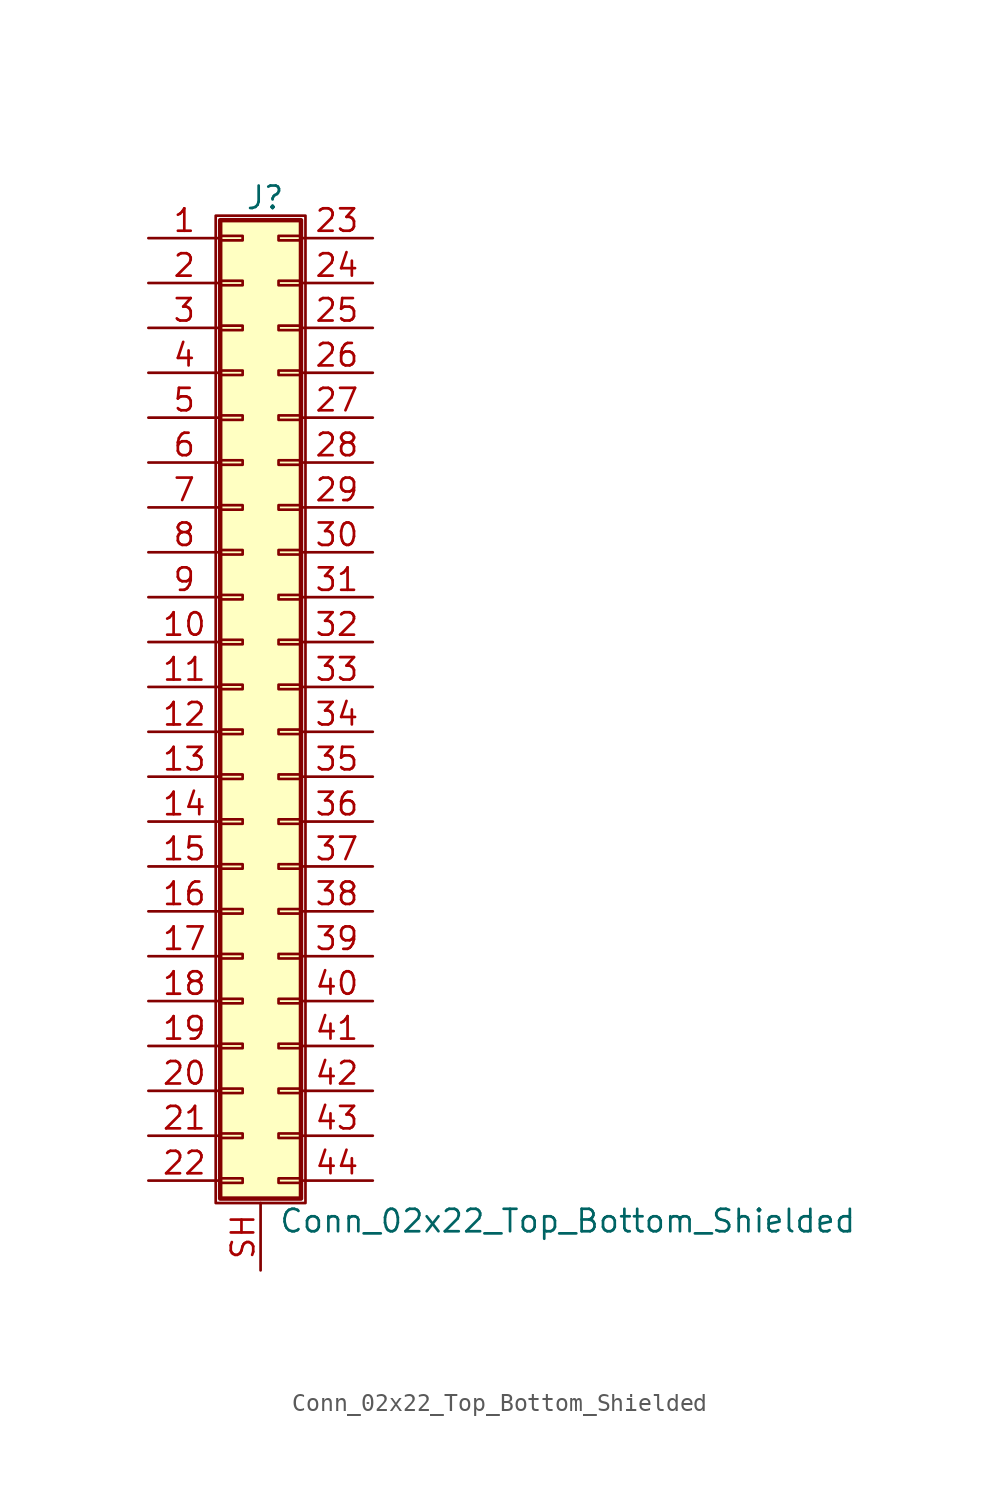
<source format=kicad_sym>
(kicad_symbol_lib
  (version 20220914)
  (generator kicad_symbol_editor)
  (symbol "Conn_02x22_Top_Bottom_Shielded"
    (pin_names
      (offset 1.016) hide)
    (property "Reference" "J"
      (at 1.524 27.686 0)
      (effects (font (size 1.27 1.27))))
    (property "Value" "Conn_02x22_Top_Bottom_Shielded"
      (at 2.286 -30.226 0)
      (effects (font (size 1.27 1.27)) (justify left)))
    (symbol "Conn_02x22_Top_Bottom_Shielded_1_1"
      (rectangle (start -1.27 26.67) (end 3.81 -29.21) (stroke (width 0.152) (type default)) (fill (type none)))
      (rectangle (start -1.016 -27.813) (end 0.254 -28.067) (stroke (width 0.152) (type default)) (fill (type none)))
      (rectangle (start -1.016 -25.273) (end 0.254 -25.527) (stroke (width 0.152) (type default)) (fill (type none)))
      (rectangle (start -1.016 -22.733) (end 0.254 -22.987) (stroke (width 0.152) (type default)) (fill (type none)))
      (rectangle (start -1.016 -20.193) (end 0.254 -20.447) (stroke (width 0.152) (type default)) (fill (type none)))
      (rectangle (start -1.016 -17.653) (end 0.254 -17.907) (stroke (width 0.152) (type default)) (fill (type none)))
      (rectangle (start -1.016 -15.113) (end 0.254 -15.367) (stroke (width 0.152) (type default)) (fill (type none)))
      (rectangle (start -1.016 -12.573) (end 0.254 -12.827) (stroke (width 0.152) (type default)) (fill (type none)))
      (rectangle (start -1.016 -10.033) (end 0.254 -10.287) (stroke (width 0.152) (type default)) (fill (type none)))
      (rectangle (start -1.016 -7.493) (end 0.254 -7.747) (stroke (width 0.152) (type default)) (fill (type none)))
      (rectangle (start -1.016 -4.953) (end 0.254 -5.207) (stroke (width 0.152) (type default)) (fill (type none)))
      (rectangle (start -1.016 -2.413) (end 0.254 -2.667) (stroke (width 0.152) (type default)) (fill (type none)))
      (rectangle (start -1.016 0.127) (end 0.254 -0.127) (stroke (width 0.152) (type default)) (fill (type none)))
      (rectangle (start -1.016 2.667) (end 0.254 2.413) (stroke (width 0.152) (type default)) (fill (type none)))
      (rectangle (start -1.016 5.207) (end 0.254 4.953) (stroke (width 0.152) (type default)) (fill (type none)))
      (rectangle (start -1.016 7.747) (end 0.254 7.493) (stroke (width 0.152) (type default)) (fill (type none)))
      (rectangle (start -1.016 10.287) (end 0.254 10.033) (stroke (width 0.152) (type default)) (fill (type none)))
      (rectangle (start -1.016 12.827) (end 0.254 12.573) (stroke (width 0.152) (type default)) (fill (type none)))
      (rectangle (start -1.016 15.367) (end 0.254 15.113) (stroke (width 0.152) (type default)) (fill (type none)))
      (rectangle (start -1.016 17.907) (end 0.254 17.653) (stroke (width 0.152) (type default)) (fill (type none)))
      (rectangle (start -1.016 20.447) (end 0.254 20.193) (stroke (width 0.152) (type default)) (fill (type none)))
      (rectangle (start -1.016 22.987) (end 0.254 22.733) (stroke (width 0.152) (type default)) (fill (type none)))
      (rectangle (start -1.016 25.527) (end 0.254 25.273) (stroke (width 0.152) (type default)) (fill (type none)))
      (rectangle (start -1.016 26.416) (end 3.556 -28.956) (stroke (width 0.254) (type default)) (fill (type background)))
      (rectangle (start 3.556 -27.813) (end 2.286 -28.067) (stroke (width 0.152) (type default)) (fill (type none)))
      (rectangle (start 3.556 -25.273) (end 2.286 -25.527) (stroke (width 0.152) (type default)) (fill (type none)))
      (rectangle (start 3.556 -22.733) (end 2.286 -22.987) (stroke (width 0.152) (type default)) (fill (type none)))
      (rectangle (start 3.556 -20.193) (end 2.286 -20.447) (stroke (width 0.152) (type default)) (fill (type none)))
      (rectangle (start 3.556 -17.653) (end 2.286 -17.907) (stroke (width 0.152) (type default)) (fill (type none)))
      (rectangle (start 3.556 -15.113) (end 2.286 -15.367) (stroke (width 0.152) (type default)) (fill (type none)))
      (rectangle (start 3.556 -12.573) (end 2.286 -12.827) (stroke (width 0.152) (type default)) (fill (type none)))
      (rectangle (start 3.556 -10.033) (end 2.286 -10.287) (stroke (width 0.152) (type default)) (fill (type none)))
      (rectangle (start 3.556 -7.493) (end 2.286 -7.747) (stroke (width 0.152) (type default)) (fill (type none)))
      (rectangle (start 3.556 -4.953) (end 2.286 -5.207) (stroke (width 0.152) (type default)) (fill (type none)))
      (rectangle (start 3.556 -2.413) (end 2.286 -2.667) (stroke (width 0.152) (type default)) (fill (type none)))
      (rectangle (start 3.556 0.127) (end 2.286 -0.127) (stroke (width 0.152) (type default)) (fill (type none)))
      (rectangle (start 3.556 2.667) (end 2.286 2.413) (stroke (width 0.152) (type default)) (fill (type none)))
      (rectangle (start 3.556 5.207) (end 2.286 4.953) (stroke (width 0.152) (type default)) (fill (type none)))
      (rectangle (start 3.556 7.747) (end 2.286 7.493) (stroke (width 0.152) (type default)) (fill (type none)))
      (rectangle (start 3.556 10.287) (end 2.286 10.033) (stroke (width 0.152) (type default)) (fill (type none)))
      (rectangle (start 3.556 12.827) (end 2.286 12.573) (stroke (width 0.152) (type default)) (fill (type none)))
      (rectangle (start 3.556 15.367) (end 2.286 15.113) (stroke (width 0.152) (type default)) (fill (type none)))
      (rectangle (start 3.556 17.907) (end 2.286 17.653) (stroke (width 0.152) (type default)) (fill (type none)))
      (rectangle (start 3.556 20.447) (end 2.286 20.193) (stroke (width 0.152) (type default)) (fill (type none)))
      (rectangle (start 3.556 22.987) (end 2.286 22.733) (stroke (width 0.152) (type default)) (fill (type none)))
      (rectangle (start 3.556 25.527) (end 2.286 25.273) (stroke (width 0.152) (type default)) (fill (type none)))
      (pin passive line (at -5.08 25.4 0) (length 4.064) (name "Pin_1" (effects (font (size 1.27 1.27)))) (number "1" (effects (font (size 1.27 1.27)))))
      (pin passive line (at -5.08 2.54 0) (length 4.064) (name "Pin_10" (effects (font (size 1.27 1.27)))) (number "10" (effects (font (size 1.27 1.27)))))
      (pin passive line (at -5.08 0 0) (length 4.064) (name "Pin_11" (effects (font (size 1.27 1.27)))) (number "11" (effects (font (size 1.27 1.27)))))
      (pin passive line (at -5.08 -2.54 0) (length 4.064) (name "Pin_12" (effects (font (size 1.27 1.27)))) (number "12" (effects (font (size 1.27 1.27)))))
      (pin passive line (at -5.08 -5.08 0) (length 4.064) (name "Pin_13" (effects (font (size 1.27 1.27)))) (number "13" (effects (font (size 1.27 1.27)))))
      (pin passive line (at -5.08 -7.62 0) (length 4.064) (name "Pin_14" (effects (font (size 1.27 1.27)))) (number "14" (effects (font (size 1.27 1.27)))))
      (pin passive line (at -5.08 -10.16 0) (length 4.064) (name "Pin_15" (effects (font (size 1.27 1.27)))) (number "15" (effects (font (size 1.27 1.27)))))
      (pin passive line (at -5.08 -12.7 0) (length 4.064) (name "Pin_16" (effects (font (size 1.27 1.27)))) (number "16" (effects (font (size 1.27 1.27)))))
      (pin passive line (at -5.08 -15.24 0) (length 4.064) (name "Pin_17" (effects (font (size 1.27 1.27)))) (number "17" (effects (font (size 1.27 1.27)))))
      (pin passive line (at -5.08 -17.78 0) (length 4.064) (name "Pin_18" (effects (font (size 1.27 1.27)))) (number "18" (effects (font (size 1.27 1.27)))))
      (pin passive line (at -5.08 -20.32 0) (length 4.064) (name "Pin_19" (effects (font (size 1.27 1.27)))) (number "19" (effects (font (size 1.27 1.27)))))
      (pin passive line (at -5.08 22.86 0) (length 4.064) (name "Pin_2" (effects (font (size 1.27 1.27)))) (number "2" (effects (font (size 1.27 1.27)))))
      (pin passive line (at -5.08 -22.86 0) (length 4.064) (name "Pin_20" (effects (font (size 1.27 1.27)))) (number "20" (effects (font (size 1.27 1.27)))))
      (pin passive line (at -5.08 -25.4 0) (length 4.064) (name "Pin_21" (effects (font (size 1.27 1.27)))) (number "21" (effects (font (size 1.27 1.27)))))
      (pin passive line (at -5.08 -27.94 0) (length 4.064) (name "Pin_22" (effects (font (size 1.27 1.27)))) (number "22" (effects (font (size 1.27 1.27)))))
      (pin passive line (at 7.62 25.4 180) (length 4.064) (name "Pin_23" (effects (font (size 1.27 1.27)))) (number "23" (effects (font (size 1.27 1.27)))))
      (pin passive line (at 7.62 22.86 180) (length 4.064) (name "Pin_24" (effects (font (size 1.27 1.27)))) (number "24" (effects (font (size 1.27 1.27)))))
      (pin passive line (at 7.62 20.32 180) (length 4.064) (name "Pin_25" (effects (font (size 1.27 1.27)))) (number "25" (effects (font (size 1.27 1.27)))))
      (pin passive line (at 7.62 17.78 180) (length 4.064) (name "Pin_26" (effects (font (size 1.27 1.27)))) (number "26" (effects (font (size 1.27 1.27)))))
      (pin passive line (at 7.62 15.24 180) (length 4.064) (name "Pin_27" (effects (font (size 1.27 1.27)))) (number "27" (effects (font (size 1.27 1.27)))))
      (pin passive line (at 7.62 12.7 180) (length 4.064) (name "Pin_28" (effects (font (size 1.27 1.27)))) (number "28" (effects (font (size 1.27 1.27)))))
      (pin passive line (at 7.62 10.16 180) (length 4.064) (name "Pin_29" (effects (font (size 1.27 1.27)))) (number "29" (effects (font (size 1.27 1.27)))))
      (pin passive line (at -5.08 20.32 0) (length 4.064) (name "Pin_3" (effects (font (size 1.27 1.27)))) (number "3" (effects (font (size 1.27 1.27)))))
      (pin passive line (at 7.62 7.62 180) (length 4.064) (name "Pin_30" (effects (font (size 1.27 1.27)))) (number "30" (effects (font (size 1.27 1.27)))))
      (pin passive line (at 7.62 5.08 180) (length 4.064) (name "Pin_31" (effects (font (size 1.27 1.27)))) (number "31" (effects (font (size 1.27 1.27)))))
      (pin passive line (at 7.62 2.54 180) (length 4.064) (name "Pin_32" (effects (font (size 1.27 1.27)))) (number "32" (effects (font (size 1.27 1.27)))))
      (pin passive line (at 7.62 0 180) (length 4.064) (name "Pin_33" (effects (font (size 1.27 1.27)))) (number "33" (effects (font (size 1.27 1.27)))))
      (pin passive line (at 7.62 -2.54 180) (length 4.064) (name "Pin_34" (effects (font (size 1.27 1.27)))) (number "34" (effects (font (size 1.27 1.27)))))
      (pin passive line (at 7.62 -5.08 180) (length 4.064) (name "Pin_35" (effects (font (size 1.27 1.27)))) (number "35" (effects (font (size 1.27 1.27)))))
      (pin passive line (at 7.62 -7.62 180) (length 4.064) (name "Pin_36" (effects (font (size 1.27 1.27)))) (number "36" (effects (font (size 1.27 1.27)))))
      (pin passive line (at 7.62 -10.16 180) (length 4.064) (name "Pin_37" (effects (font (size 1.27 1.27)))) (number "37" (effects (font (size 1.27 1.27)))))
      (pin passive line (at 7.62 -12.7 180) (length 4.064) (name "Pin_38" (effects (font (size 1.27 1.27)))) (number "38" (effects (font (size 1.27 1.27)))))
      (pin passive line (at 7.62 -15.24 180) (length 4.064) (name "Pin_39" (effects (font (size 1.27 1.27)))) (number "39" (effects (font (size 1.27 1.27)))))
      (pin passive line (at -5.08 17.78 0) (length 4.064) (name "Pin_4" (effects (font (size 1.27 1.27)))) (number "4" (effects (font (size 1.27 1.27)))))
      (pin passive line (at 7.62 -17.78 180) (length 4.064) (name "Pin_40" (effects (font (size 1.27 1.27)))) (number "40" (effects (font (size 1.27 1.27)))))
      (pin passive line (at 7.62 -20.32 180) (length 4.064) (name "Pin_41" (effects (font (size 1.27 1.27)))) (number "41" (effects (font (size 1.27 1.27)))))
      (pin passive line (at 7.62 -22.86 180) (length 4.064) (name "Pin_42" (effects (font (size 1.27 1.27)))) (number "42" (effects (font (size 1.27 1.27)))))
      (pin passive line (at 7.62 -25.4 180) (length 4.064) (name "Pin_43" (effects (font (size 1.27 1.27)))) (number "43" (effects (font (size 1.27 1.27)))))
      (pin passive line (at 7.62 -27.94 180) (length 4.064) (name "Pin_44" (effects (font (size 1.27 1.27)))) (number "44" (effects (font (size 1.27 1.27)))))
      (pin passive line (at -5.08 15.24 0) (length 4.064) (name "Pin_5" (effects (font (size 1.27 1.27)))) (number "5" (effects (font (size 1.27 1.27)))))
      (pin passive line (at -5.08 12.7 0) (length 4.064) (name "Pin_6" (effects (font (size 1.27 1.27)))) (number "6" (effects (font (size 1.27 1.27)))))
      (pin passive line (at -5.08 10.16 0) (length 4.064) (name "Pin_7" (effects (font (size 1.27 1.27)))) (number "7" (effects (font (size 1.27 1.27)))))
      (pin passive line (at -5.08 7.62 0) (length 4.064) (name "Pin_8" (effects (font (size 1.27 1.27)))) (number "8" (effects (font (size 1.27 1.27)))))
      (pin passive line (at -5.08 5.08 0) (length 4.064) (name "Pin_9" (effects (font (size 1.27 1.27)))) (number "9" (effects (font (size 1.27 1.27)))))
      (pin passive line (at 1.27 -33.02 90) (length 3.81) (name "Shield" (effects (font (size 1.27 1.27)))) (number "SH" (effects (font (size 1.27 1.27))))))))
</source>
